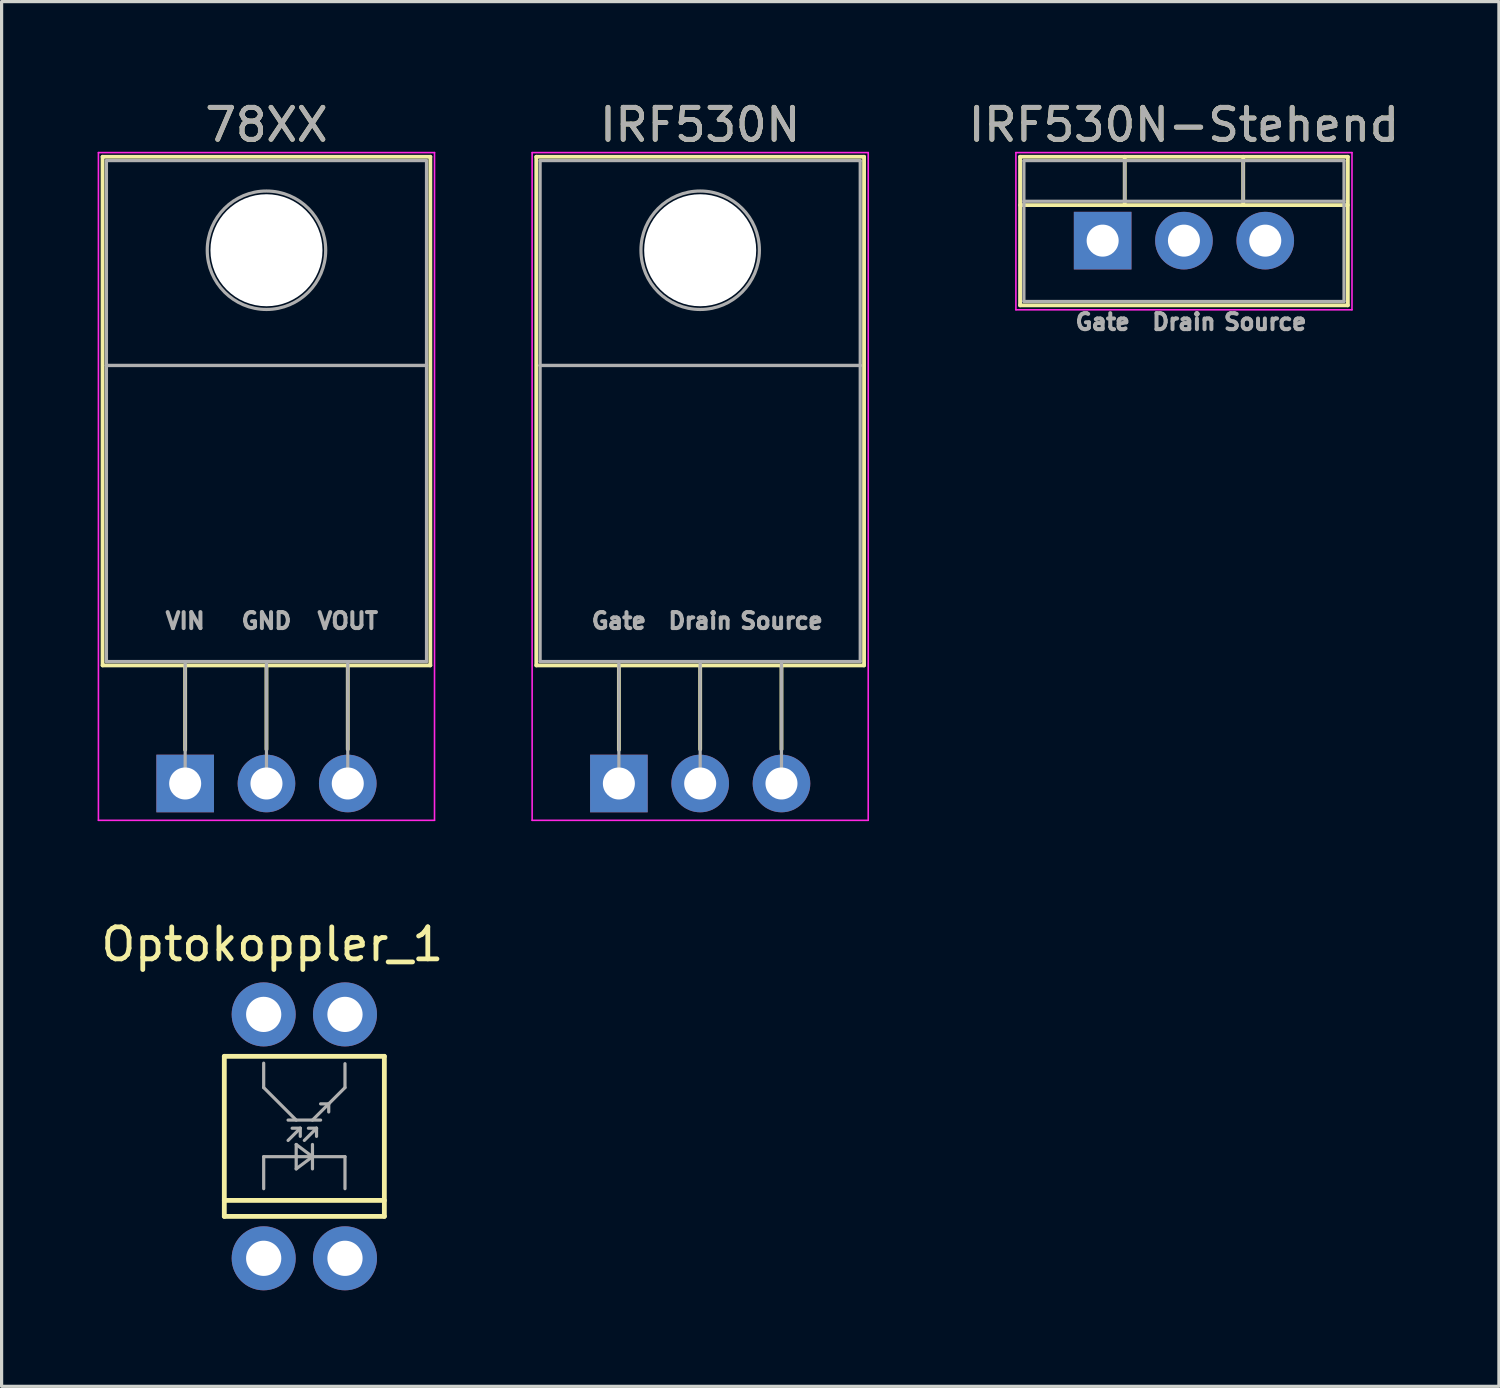
<source format=kicad_pcb>
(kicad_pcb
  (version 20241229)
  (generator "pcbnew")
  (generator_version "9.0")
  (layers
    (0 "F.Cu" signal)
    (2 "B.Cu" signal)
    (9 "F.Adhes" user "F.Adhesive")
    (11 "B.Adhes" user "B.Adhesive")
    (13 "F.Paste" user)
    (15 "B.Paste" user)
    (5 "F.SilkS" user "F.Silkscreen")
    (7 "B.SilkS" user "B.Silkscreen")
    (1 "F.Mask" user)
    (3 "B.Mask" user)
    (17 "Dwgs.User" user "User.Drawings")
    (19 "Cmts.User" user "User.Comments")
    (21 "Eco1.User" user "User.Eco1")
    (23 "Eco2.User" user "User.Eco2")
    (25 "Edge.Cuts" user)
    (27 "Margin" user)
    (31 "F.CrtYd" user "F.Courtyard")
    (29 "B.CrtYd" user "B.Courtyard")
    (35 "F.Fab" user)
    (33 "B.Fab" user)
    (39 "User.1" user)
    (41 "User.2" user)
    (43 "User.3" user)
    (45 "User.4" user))
  (footprint "Optokoppler_1"
    (layer "F.Cu")
    (at 6.458 32.452)
    (property "Reference" "Optokoppler_1" (at -1 -6 0) (layer "F.SilkS") (effects (font (size 1 1) (thickness 0.15))))
    (attr through_hole)
    (fp_line (start -2.5 -2.5) (end -2.5 2.5) (stroke (width 0.15) (type solid)) (layer "F.SilkS"))
    (fp_line (start -2.5 2) (end 2.5 2) (stroke (width 0.15) (type solid)) (layer "F.SilkS"))
    (fp_line (start -2.5 2.5) (end 2.5 2.5) (stroke (width 0.15) (type solid)) (layer "F.SilkS"))
    (fp_line (start 2.5 -2.5) (end -2.5 -2.5) (stroke (width 0.15) (type solid)) (layer "F.SilkS"))
    (fp_line (start 2.5 2.5) (end 2.5 -2.5) (stroke (width 0.15) (type solid)) (layer "F.SilkS"))
    (fp_line (start -1.27 -1.524) (end -1.27 -2.286) (stroke (width 0.1) (type solid)) (layer "F.Fab"))
    (fp_line (start -1.27 0.635) (end 1.27 0.635) (stroke (width 0.1) (type solid)) (layer "F.Fab"))
    (fp_line (start -1.27 1.635) (end -1.27 0.635) (stroke (width 0.1) (type solid)) (layer "F.Fab"))
    (fp_line (start -0.508 -0.508) (end 0.508 -0.508) (stroke (width 0.1) (type solid)) (layer "F.Fab"))
    (fp_line (start -0.508 0.127) (end -0.127 -0.254) (stroke (width 0.1) (type solid)) (layer "F.Fab"))
    (fp_line (start -0.381 -0.254) (end -0.127 -0.254) (stroke (width 0.1) (type solid)) (layer "F.Fab"))
    (fp_line (start -0.254 -0.508) (end -1.27 -1.524) (stroke (width 0.1) (type solid)) (layer "F.Fab"))
    (fp_line (start -0.254 0.254) (end 0.254 0.635) (stroke (width 0.1) (type solid)) (layer "F.Fab"))
    (fp_line (start -0.254 1.016) (end -0.254 0.254) (stroke (width 0.1) (type solid)) (layer "F.Fab"))
    (fp_line (start -0.254 1.016) (end 0.254 0.635) (stroke (width 0.1) (type solid)) (layer "F.Fab"))
    (fp_line (start -0.127 0) (end -0.127 -0.254) (stroke (width 0.1) (type solid)) (layer "F.Fab"))
    (fp_line (start 0 0.127) (end 0.381 -0.254) (stroke (width 0.1) (type solid)) (layer "F.Fab"))
    (fp_line (start 0.127 -0.254) (end 0.381 -0.254) (stroke (width 0.1) (type solid)) (layer "F.Fab"))
    (fp_line (start 0.254 -0.508) (end 1.27 -1.524) (stroke (width 0.1) (type solid)) (layer "F.Fab"))
    (fp_line (start 0.254 1.016) (end 0.254 0.254) (stroke (width 0.1) (type solid)) (layer "F.Fab"))
    (fp_line (start 0.381 0) (end 0.381 -0.254) (stroke (width 0.1) (type solid)) (layer "F.Fab"))
    (fp_line (start 0.508 -1.016) (end 0.762 -1.016) (stroke (width 0.1) (type solid)) (layer "F.Fab"))
    (fp_line (start 0.762 -0.762) (end 0.762 -1.016) (stroke (width 0.1) (type solid)) (layer "F.Fab"))
    (fp_line (start 1.27 -1.524) (end 1.27 -2.27) (stroke (width 0.1) (type solid)) (layer "F.Fab"))
    (fp_line (start 1.27 1.635) (end 1.27 0.635) (stroke (width 0.1) (type solid)) (layer "F.Fab"))
    (pad "1" thru_hole circle (at -1.27 3.81) (size 2 2) (drill 1.1) (layers "*.Cu" "*.Mask"))
    (pad "2" thru_hole circle (at 1.27 3.81) (size 2 2) (drill 1.1) (layers "*.Cu" "*.Mask"))
    (pad "3" thru_hole circle (at 1.27 -3.81) (size 2 2) (drill 1.1) (layers "*.Cu" "*.Mask"))
    (pad "4" thru_hole circle (at -1.27 -3.81) (size 2 2) (drill 1.1) (layers "*.Cu" "*.Mask")))
  (footprint "IRF530N"
    (layer "F.Cu")
    (at 16.285 21.428)
    (property "Reference" "IRF530N" (at 2.54 -20.58 0) (layer "F.SilkS") (effects (font (size 1 1) (thickness 0.15))))
    (attr through_hole)
    (fp_line (start -2.58 -19.58) (end -2.58 -3.69) (stroke (width 0.12) (type solid)) (layer "F.SilkS"))
    (fp_line (start -2.58 -19.58) (end 7.66 -19.58) (stroke (width 0.12) (type solid)) (layer "F.SilkS"))
    (fp_line (start -2.58 -3.69) (end 7.66 -3.69) (stroke (width 0.12) (type solid)) (layer "F.SilkS"))
    (fp_line (start 0 -3.69) (end 0 -1.05) (stroke (width 0.12) (type solid)) (layer "F.SilkS"))
    (fp_line (start 2.54 -3.69) (end 2.54 -1.066) (stroke (width 0.12) (type solid)) (layer "F.SilkS"))
    (fp_line (start 5.08 -3.69) (end 5.08 -1.066) (stroke (width 0.12) (type solid)) (layer "F.SilkS"))
    (fp_line (start 7.66 -19.58) (end 7.66 -3.69) (stroke (width 0.12) (type solid)) (layer "F.SilkS"))
    (fp_line (start -2.71 -19.71) (end -2.71 1.15) (stroke (width 0.05) (type solid)) (layer "F.CrtYd"))
    (fp_line (start -2.71 1.15) (end 7.79 1.15) (stroke (width 0.05) (type solid)) (layer "F.CrtYd"))
    (fp_line (start 7.79 -19.71) (end -2.71 -19.71) (stroke (width 0.05) (type solid)) (layer "F.CrtYd"))
    (fp_line (start 7.79 1.15) (end 7.79 -19.71) (stroke (width 0.05) (type solid)) (layer "F.CrtYd"))
    (fp_line (start -2.46 -19.46) (end 7.54 -19.46) (stroke (width 0.1) (type solid)) (layer "F.Fab"))
    (fp_line (start -2.46 -13.06) (end -2.46 -19.46) (stroke (width 0.1) (type solid)) (layer "F.Fab"))
    (fp_line (start -2.46 -13.06) (end 7.54 -13.06) (stroke (width 0.1) (type solid)) (layer "F.Fab"))
    (fp_line (start -2.46 -3.81) (end -2.46 -13.06) (stroke (width 0.1) (type solid)) (layer "F.Fab"))
    (fp_line (start 0 -3.81) (end 0 0) (stroke (width 0.1) (type solid)) (layer "F.Fab"))
    (fp_line (start 2.54 -3.81) (end 2.54 0) (stroke (width 0.1) (type solid)) (layer "F.Fab"))
    (fp_line (start 5.08 -3.81) (end 5.08 0) (stroke (width 0.1) (type solid)) (layer "F.Fab"))
    (fp_line (start 7.54 -19.46) (end 7.54 -13.06) (stroke (width 0.1) (type solid)) (layer "F.Fab"))
    (fp_line (start 7.54 -13.06) (end -2.46 -13.06) (stroke (width 0.1) (type solid)) (layer "F.Fab"))
    (fp_line (start 7.54 -13.06) (end 7.54 -3.81) (stroke (width 0.1) (type solid)) (layer "F.Fab"))
    (fp_line (start 7.54 -3.81) (end -2.46 -3.81) (stroke (width 0.1) (type solid)) (layer "F.Fab"))
    (fp_circle (center 2.54 -16.66) (end 4.39 -16.66) (stroke (width 0.1) (type solid)) (fill no) (layer "F.Fab"))
    (fp_text user "${REFERENCE}" (at 2.54 -20.58 0) (layer "F.Fab") (effects (font (size 1 1) (thickness 0.15))))
    (fp_text user "Source" (at 5.08 -5.08 0) (layer "F.Fab") (effects (font (size 0.5 0.5) (thickness 0.125))))
    (fp_text user "Drain" (at 2.54 -5.08 0) (layer "F.Fab") (effects (font (size 0.5 0.5) (thickness 0.125))))
    (fp_text user "Gate" (at 0 -5.08 0) (layer "F.Fab") (effects (font (size 0.5 0.5) (thickness 0.125))))
    (pad "" np_thru_hole oval (at 2.54 -16.66) (size 3.5 3.5) (drill 3.5) (layers "*.Cu" "*.Mask"))
    (pad "1" thru_hole rect (at 0 0) (size 1.8 1.8) (drill 1) (layers "*.Cu" "*.Mask"))
    (pad "2" thru_hole oval (at 2.54 0) (size 1.8 1.8) (drill 1) (layers "*.Cu" "*.Mask"))
    (pad "3" thru_hole oval (at 5.08 0) (size 1.8 1.8) (drill 1) (layers "*.Cu" "*.Mask")))
  (footprint "IRF530N-Stehend"
    (layer "F.Cu")
    (at 31.399 4.468)
    (property "Reference" "IRF530N-Stehend" (at 2.54 -3.62 0) (layer "F.SilkS") (effects (font (size 1 1) (thickness 0.15))))
    (attr through_hole)
    (fp_line (start -2.58 -2.62) (end -2.58 2.021) (stroke (width 0.12) (type solid)) (layer "F.SilkS"))
    (fp_line (start -2.58 -2.62) (end 7.66 -2.62) (stroke (width 0.12) (type solid)) (layer "F.SilkS"))
    (fp_line (start -2.58 -1.11) (end 7.66 -1.11) (stroke (width 0.12) (type solid)) (layer "F.SilkS"))
    (fp_line (start -2.58 2.021) (end 7.66 2.021) (stroke (width 0.12) (type solid)) (layer "F.SilkS"))
    (fp_line (start 0.69 -2.62) (end 0.69 -1.11) (stroke (width 0.12) (type solid)) (layer "F.SilkS"))
    (fp_line (start 4.391 -2.62) (end 4.391 -1.11) (stroke (width 0.12) (type solid)) (layer "F.SilkS"))
    (fp_line (start 7.66 -2.62) (end 7.66 2.021) (stroke (width 0.12) (type solid)) (layer "F.SilkS"))
    (fp_line (start -2.71 -2.75) (end -2.71 2.16) (stroke (width 0.05) (type solid)) (layer "F.CrtYd"))
    (fp_line (start -2.71 2.16) (end 7.79 2.16) (stroke (width 0.05) (type solid)) (layer "F.CrtYd"))
    (fp_line (start 7.79 -2.75) (end -2.71 -2.75) (stroke (width 0.05) (type solid)) (layer "F.CrtYd"))
    (fp_line (start 7.79 2.16) (end 7.79 -2.75) (stroke (width 0.05) (type solid)) (layer "F.CrtYd"))
    (fp_line (start -2.46 -2.5) (end -2.46 1.9) (stroke (width 0.1) (type solid)) (layer "F.Fab"))
    (fp_line (start -2.46 -1.23) (end 7.54 -1.23) (stroke (width 0.1) (type solid)) (layer "F.Fab"))
    (fp_line (start -2.46 1.9) (end 7.54 1.9) (stroke (width 0.1) (type solid)) (layer "F.Fab"))
    (fp_line (start 0.69 -2.5) (end 0.69 -1.23) (stroke (width 0.1) (type solid)) (layer "F.Fab"))
    (fp_line (start 4.39 -2.5) (end 4.39 -1.23) (stroke (width 0.1) (type solid)) (layer "F.Fab"))
    (fp_line (start 7.54 -2.5) (end -2.46 -2.5) (stroke (width 0.1) (type solid)) (layer "F.Fab"))
    (fp_line (start 7.54 1.9) (end 7.54 -2.5) (stroke (width 0.1) (type solid)) (layer "F.Fab"))
    (fp_text user "Source" (at 5.08 2.54 0) (layer "F.Fab") (effects (font (size 0.5 0.5) (thickness 0.125))))
    (fp_text user "Drain" (at 2.54 2.54 0) (layer "F.Fab") (effects (font (size 0.5 0.5) (thickness 0.125))))
    (fp_text user "${REFERENCE}" (at 2.54 -3.62 0) (layer "F.Fab") (effects (font (size 1 1) (thickness 0.15))))
    (fp_text user "Gate" (at 0 2.54 0) (layer "F.Fab") (effects (font (size 0.5 0.5) (thickness 0.125))))
    (pad "1" thru_hole rect (at 0 0) (size 1.8 1.8) (drill 1) (layers "*.Cu" "*.Mask"))
    (pad "2" thru_hole oval (at 2.54 0) (size 1.8 1.8) (drill 1) (layers "*.Cu" "*.Mask"))
    (pad "3" thru_hole oval (at 5.08 0) (size 1.8 1.8) (drill 1) (layers "*.Cu" "*.Mask")))
  (footprint "78XX"
    (layer "F.Cu")
    (at 2.735 21.428)
    (property "Reference" "78XX" (at 2.54 -20.58 0) (layer "F.SilkS") (effects (font (size 1 1) (thickness 0.15))))
    (attr through_hole)
    (fp_line (start -2.58 -19.58) (end -2.58 -3.69) (stroke (width 0.12) (type solid)) (layer "F.SilkS"))
    (fp_line (start -2.58 -19.58) (end 7.66 -19.58) (stroke (width 0.12) (type solid)) (layer "F.SilkS"))
    (fp_line (start -2.58 -3.69) (end 7.66 -3.69) (stroke (width 0.12) (type solid)) (layer "F.SilkS"))
    (fp_line (start 0 -3.69) (end 0 -1.05) (stroke (width 0.12) (type solid)) (layer "F.SilkS"))
    (fp_line (start 2.54 -3.69) (end 2.54 -1.066) (stroke (width 0.12) (type solid)) (layer "F.SilkS"))
    (fp_line (start 5.08 -3.69) (end 5.08 -1.066) (stroke (width 0.12) (type solid)) (layer "F.SilkS"))
    (fp_line (start 7.66 -19.58) (end 7.66 -3.69) (stroke (width 0.12) (type solid)) (layer "F.SilkS"))
    (fp_line (start -2.71 -19.71) (end -2.71 1.15) (stroke (width 0.05) (type solid)) (layer "F.CrtYd"))
    (fp_line (start -2.71 1.15) (end 7.79 1.15) (stroke (width 0.05) (type solid)) (layer "F.CrtYd"))
    (fp_line (start 7.79 -19.71) (end -2.71 -19.71) (stroke (width 0.05) (type solid)) (layer "F.CrtYd"))
    (fp_line (start 7.79 1.15) (end 7.79 -19.71) (stroke (width 0.05) (type solid)) (layer "F.CrtYd"))
    (fp_line (start -2.46 -19.46) (end 7.54 -19.46) (stroke (width 0.1) (type solid)) (layer "F.Fab"))
    (fp_line (start -2.46 -13.06) (end -2.46 -19.46) (stroke (width 0.1) (type solid)) (layer "F.Fab"))
    (fp_line (start -2.46 -13.06) (end 7.54 -13.06) (stroke (width 0.1) (type solid)) (layer "F.Fab"))
    (fp_line (start -2.46 -3.81) (end -2.46 -13.06) (stroke (width 0.1) (type solid)) (layer "F.Fab"))
    (fp_line (start 0 -3.81) (end 0 0) (stroke (width 0.1) (type solid)) (layer "F.Fab"))
    (fp_line (start 2.54 -3.81) (end 2.54 0) (stroke (width 0.1) (type solid)) (layer "F.Fab"))
    (fp_line (start 5.08 -3.81) (end 5.08 0) (stroke (width 0.1) (type solid)) (layer "F.Fab"))
    (fp_line (start 7.54 -19.46) (end 7.54 -13.06) (stroke (width 0.1) (type solid)) (layer "F.Fab"))
    (fp_line (start 7.54 -13.06) (end -2.46 -13.06) (stroke (width 0.1) (type solid)) (layer "F.Fab"))
    (fp_line (start 7.54 -13.06) (end 7.54 -3.81) (stroke (width 0.1) (type solid)) (layer "F.Fab"))
    (fp_line (start 7.54 -3.81) (end -2.46 -3.81) (stroke (width 0.1) (type solid)) (layer "F.Fab"))
    (fp_circle (center 2.54 -16.66) (end 4.39 -16.66) (stroke (width 0.1) (type solid)) (fill no) (layer "F.Fab"))
    (fp_text user "VOUT" (at 5.08 -5.08 0) (layer "F.Fab") (effects (font (size 0.5 0.5) (thickness 0.125))))
    (fp_text user "${REFERENCE}" (at 2.54 -20.58 0) (layer "F.Fab") (effects (font (size 1 1) (thickness 0.15))))
    (fp_text user "VIN" (at 0 -5.08 0) (layer "F.Fab") (effects (font (size 0.5 0.5) (thickness 0.125))))
    (fp_text user "GND" (at 2.54 -5.08 0) (layer "F.Fab") (effects (font (size 0.5 0.5) (thickness 0.125))))
    (pad "" np_thru_hole oval (at 2.54 -16.66) (size 3.5 3.5) (drill 3.5) (layers "*.Cu" "*.Mask"))
    (pad "1" thru_hole rect (at 0 0) (size 1.8 1.8) (drill 1) (layers "*.Cu" "*.Mask"))
    (pad "2" thru_hole oval (at 2.54 0) (size 1.8 1.8) (drill 1) (layers "*.Cu" "*.Mask"))
    (pad "3" thru_hole oval (at 5.08 0) (size 1.8 1.8) (drill 1) (layers "*.Cu" "*.Mask")))
  (gr_rect
    (start -3 -3)
    (end 43.779 40.261)
    (stroke (width 0.1) (type default))
    (fill no)
    (layer "Edge.Cuts")))
</source>
